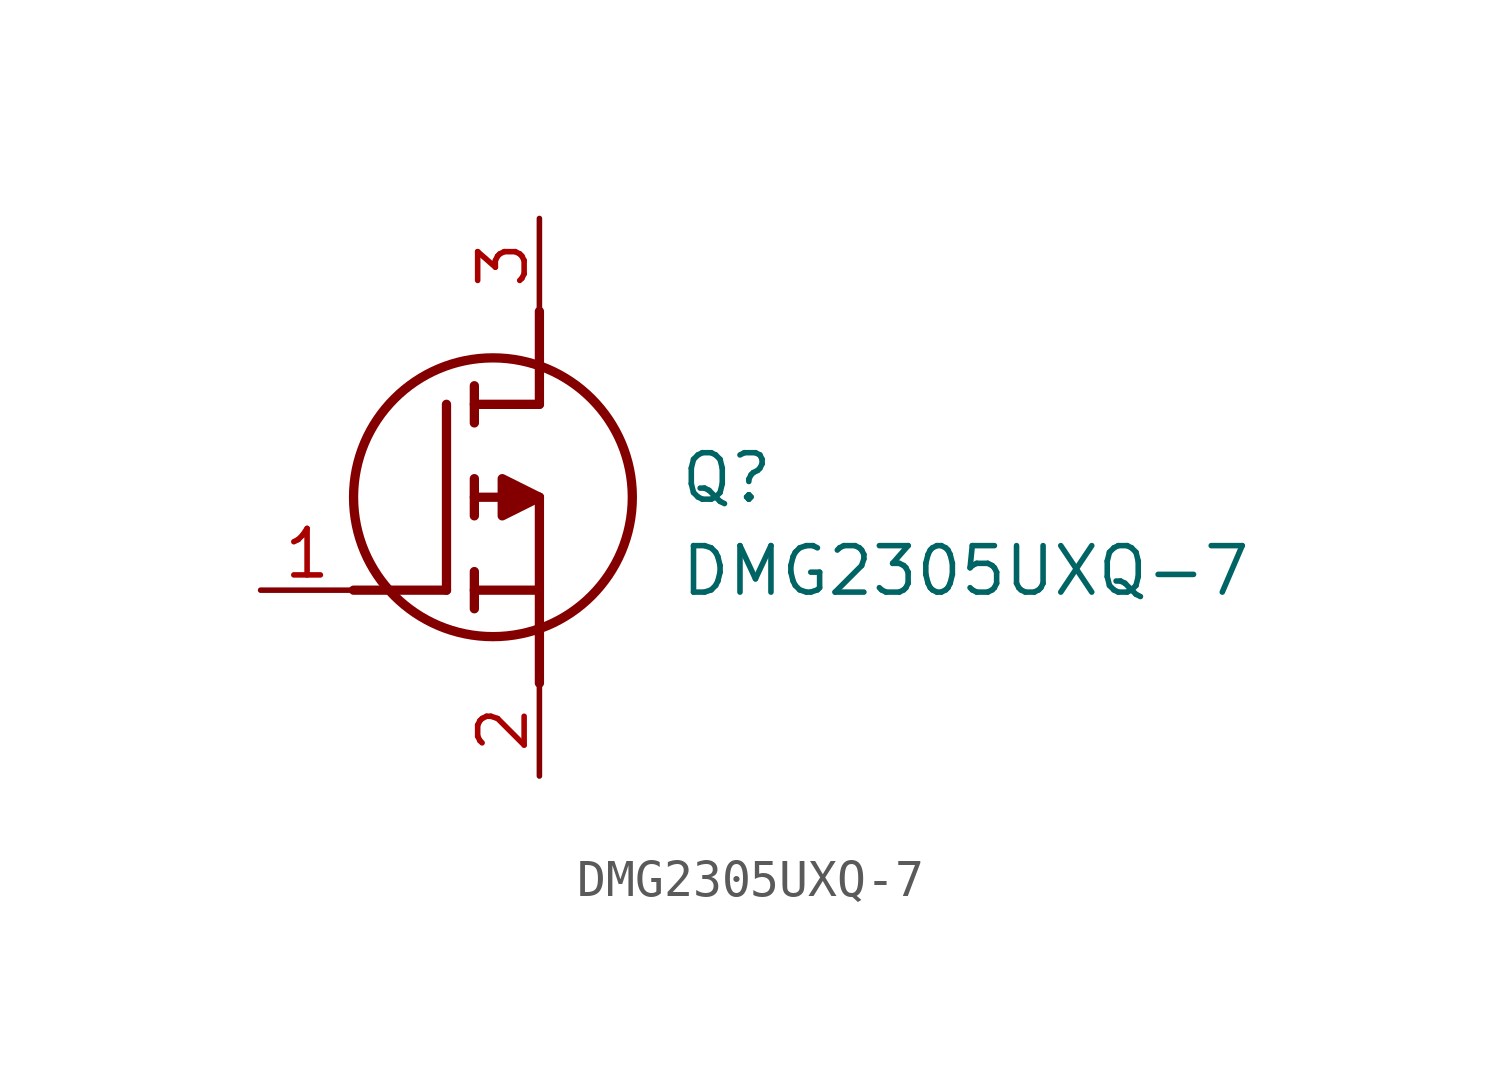
<source format=kicad_sym>
(kicad_symbol_lib
  (version 20211014)
  (generator SamacSys_ECAD_Model)
  (symbol "DMG2305UXQ-7"
    (pin_names hide)
    (property "Reference" "Q"
      (at 11.43 3.81 0)
      (effects (font (size 1.27 1.27)) (justify left top)))
    (property "Value" "DMG2305UXQ-7"
      (at 11.43 1.27 0)
      (effects (font (size 1.27 1.27)) (justify left top)))
    (polyline
      (pts (xy 7.62 2.54) (xy 7.62 -2.54))
      (stroke (width 0.254) (type default))
      (fill (type none)))
    (polyline
      (pts (xy 7.62 5.08) (xy 7.62 7.62))
      (stroke (width 0.254) (type default))
      (fill (type none)))
    (polyline
      (pts (xy 2.54 0) (xy 5.08 0))
      (stroke (width 0.254) (type default))
      (fill (type none)))
    (polyline
      (pts (xy 5.08 5.08) (xy 5.08 0))
      (stroke (width 0.254) (type default))
      (fill (type none)))
    (polyline
      (pts (xy 7.62 2.54) (xy 5.842 2.54))
      (stroke (width 0.254) (type default))
      (fill (type none)))
    (polyline
      (pts (xy 7.62 5.08) (xy 5.842 5.08))
      (stroke (width 0.254) (type default))
      (fill (type none)))
    (polyline
      (pts (xy 5.842 0) (xy 7.62 0))
      (stroke (width 0.254) (type default))
      (fill (type none)))
    (polyline
      (pts (xy 5.842 5.588) (xy 5.842 4.572))
      (stroke (width 0.254) (type default))
      (fill (type none)))
    (polyline
      (pts (xy 5.842 -0.508) (xy 5.842 0.508))
      (stroke (width 0.254) (type default))
      (fill (type none)))
    (polyline
      (pts (xy 5.842 2.032) (xy 5.842 3.048))
      (stroke (width 0.254) (type default))
      (fill (type none)))
    (circle
      (center 6.35 2.54)
      (radius 3.81)
      (stroke (width 0.254) (type default))
      (fill (type none)))
    (polyline
      (pts (xy 7.62 2.54) (xy 6.604 3.048) (xy 6.604 2.032) (xy 7.62 2.54))
      (stroke (width 0.254) (type default))
      (fill (type outline)))
    (pin passive line
      (at 0 0 0)
      (length 2.54)
      (name "G" (effects (font (size 1.27 1.27))))
      (number "1" (effects (font (size 1.27 1.27)))))
    (pin passive line
      (at 7.62 10.16 270)
      (length 2.54)
      (name "D" (effects (font (size 1.27 1.27))))
      (number "3" (effects (font (size 1.27 1.27)))))
    (pin passive line
      (at 7.62 -5.08 90)
      (length 2.54)
      (name "S" (effects (font (size 1.27 1.27))))
      (number "2" (effects (font (size 1.27 1.27)))))))
</source>
